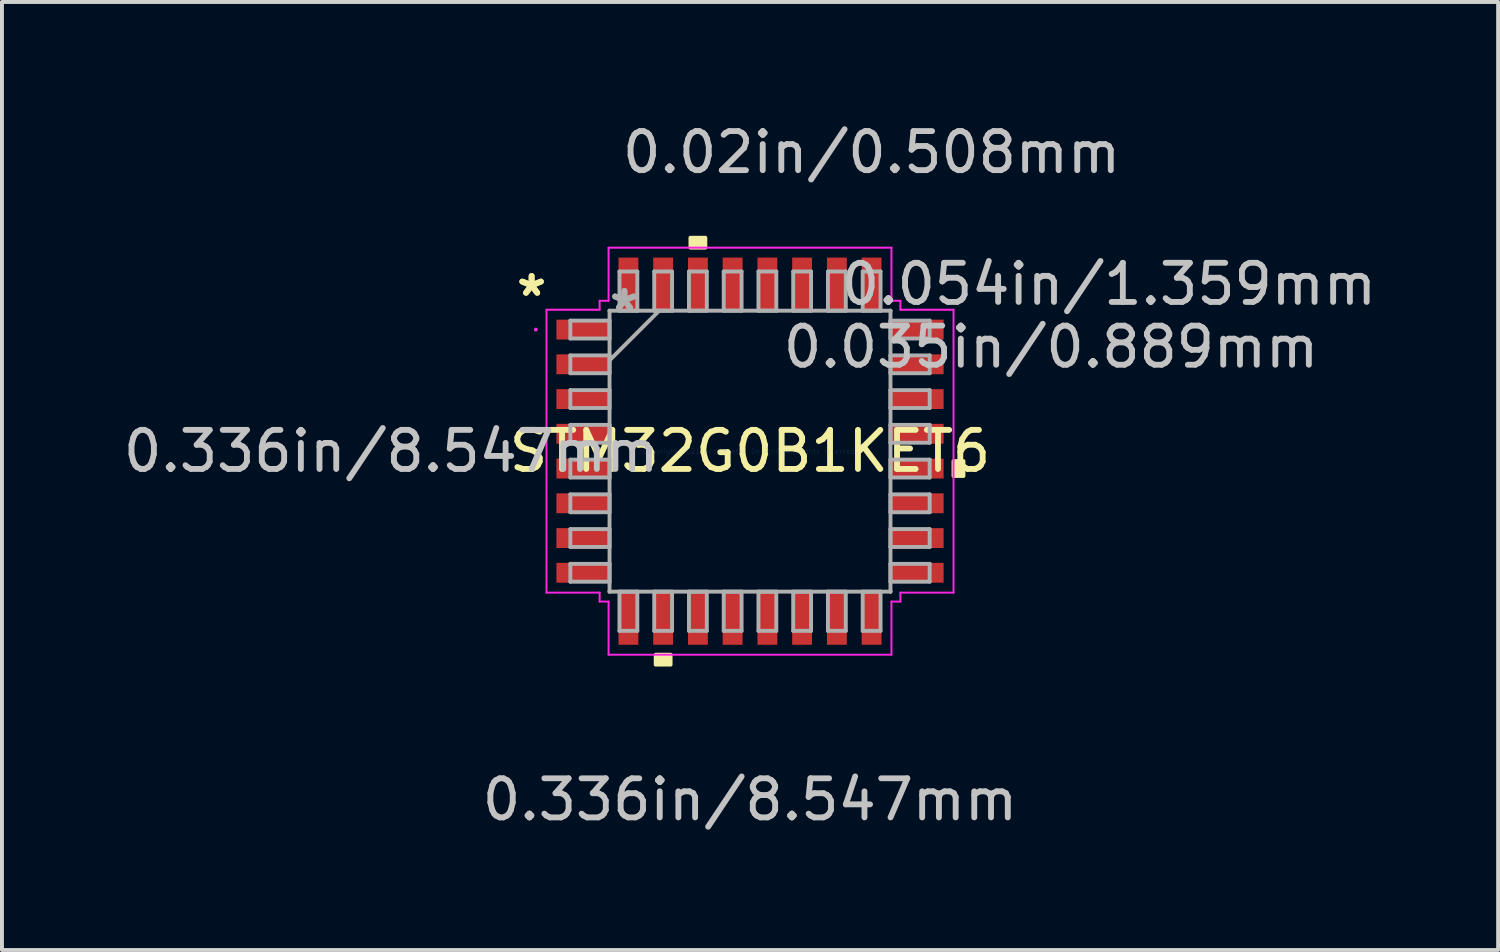
<source format=kicad_pcb>
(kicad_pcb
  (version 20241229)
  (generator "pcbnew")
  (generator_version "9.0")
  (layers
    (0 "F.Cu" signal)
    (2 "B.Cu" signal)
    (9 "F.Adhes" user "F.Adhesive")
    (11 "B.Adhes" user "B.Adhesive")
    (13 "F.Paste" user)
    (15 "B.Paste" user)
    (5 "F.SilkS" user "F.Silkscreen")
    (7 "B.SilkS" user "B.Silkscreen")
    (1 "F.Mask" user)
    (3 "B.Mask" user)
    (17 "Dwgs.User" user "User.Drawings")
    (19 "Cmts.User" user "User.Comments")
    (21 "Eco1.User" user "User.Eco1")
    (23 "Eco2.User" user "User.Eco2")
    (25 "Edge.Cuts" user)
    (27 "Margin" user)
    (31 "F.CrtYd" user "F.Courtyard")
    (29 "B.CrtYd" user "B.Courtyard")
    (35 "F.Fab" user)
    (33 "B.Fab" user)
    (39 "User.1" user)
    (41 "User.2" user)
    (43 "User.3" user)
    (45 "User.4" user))
  (footprint "STM32G0B1KET6"
    (layer "F.Cu")
    (at 16.14 8.494)
    (property "Reference" "STM32G0B1KET6" (at 0 0 0) (layer "F.SilkS") (effects (font (size 1 1) (thickness 0.15))))
    (attr through_hole)
    (fp_poly (pts (xy -2.413 5.207) (xy -2.413 5.461) (xy -2.032 5.461) (xy -2.032 5.207)) (stroke (width 0.1) (type solid)) (fill yes) (layer "F.SilkS"))
    (fp_poly (pts (xy -1.524 -5.207) (xy -1.524 -5.461) (xy -1.143 -5.461) (xy -1.143 -5.207)) (stroke (width 0.1) (type solid)) (fill yes) (layer "F.SilkS"))
    (fp_poly (pts (xy 5.461 0.254) (xy 5.461 0.635) (xy 5.207 0.635) (xy 5.207 0.254)) (stroke (width 0.1) (type solid)) (fill yes) (layer "F.SilkS"))
    (fp_line (start -5.207 -3.619) (end -3.848 -3.619) (stroke (width 0.05) (type solid)) (layer "F.CrtYd"))
    (fp_line (start -5.207 3.619) (end -5.207 -3.619) (stroke (width 0.05) (type solid)) (layer "F.CrtYd"))
    (fp_line (start -3.848 -3.848) (end -3.619 -3.848) (stroke (width 0.05) (type solid)) (layer "F.CrtYd"))
    (fp_line (start -3.848 -3.619) (end -3.848 -3.848) (stroke (width 0.05) (type solid)) (layer "F.CrtYd"))
    (fp_line (start -3.848 3.619) (end -5.207 3.619) (stroke (width 0.05) (type solid)) (layer "F.CrtYd"))
    (fp_line (start -3.848 3.848) (end -3.848 3.619) (stroke (width 0.05) (type solid)) (layer "F.CrtYd"))
    (fp_line (start -3.619 -5.207) (end 3.619 -5.207) (stroke (width 0.05) (type solid)) (layer "F.CrtYd"))
    (fp_line (start -3.619 -3.848) (end -3.619 -5.207) (stroke (width 0.05) (type solid)) (layer "F.CrtYd"))
    (fp_line (start -3.619 3.848) (end -3.848 3.848) (stroke (width 0.05) (type solid)) (layer "F.CrtYd"))
    (fp_line (start -3.619 5.207) (end -3.619 3.848) (stroke (width 0.05) (type solid)) (layer "F.CrtYd"))
    (fp_line (start 3.619 -5.207) (end 3.619 -3.848) (stroke (width 0.05) (type solid)) (layer "F.CrtYd"))
    (fp_line (start 3.619 -3.848) (end 3.848 -3.848) (stroke (width 0.05) (type solid)) (layer "F.CrtYd"))
    (fp_line (start 3.619 3.848) (end 3.619 5.207) (stroke (width 0.05) (type solid)) (layer "F.CrtYd"))
    (fp_line (start 3.619 5.207) (end -3.619 5.207) (stroke (width 0.05) (type solid)) (layer "F.CrtYd"))
    (fp_line (start 3.848 -3.848) (end 3.848 -3.619) (stroke (width 0.05) (type solid)) (layer "F.CrtYd"))
    (fp_line (start 3.848 -3.619) (end 5.207 -3.619) (stroke (width 0.05) (type solid)) (layer "F.CrtYd"))
    (fp_line (start 3.848 3.619) (end 3.848 3.848) (stroke (width 0.05) (type solid)) (layer "F.CrtYd"))
    (fp_line (start 3.848 3.848) (end 3.619 3.848) (stroke (width 0.05) (type solid)) (layer "F.CrtYd"))
    (fp_line (start 5.207 -3.619) (end 5.207 3.619) (stroke (width 0.05) (type solid)) (layer "F.CrtYd"))
    (fp_line (start 5.207 3.619) (end 3.848 3.619) (stroke (width 0.05) (type solid)) (layer "F.CrtYd"))
    (fp_circle (center -5.48 -3.111) (end -5.48 -3.111) (stroke (width 0.05) (type solid)) (fill no) (layer "F.CrtYd"))
    (fp_line (start -4.597 -3.34) (end -4.597 -2.883) (stroke (width 0.1) (type solid)) (layer "F.Fab"))
    (fp_line (start -4.597 -2.883) (end -3.594 -2.883) (stroke (width 0.1) (type solid)) (layer "F.Fab"))
    (fp_line (start -4.597 -2.451) (end -4.597 -1.994) (stroke (width 0.1) (type solid)) (layer "F.Fab"))
    (fp_line (start -4.597 -1.994) (end -3.594 -1.994) (stroke (width 0.1) (type solid)) (layer "F.Fab"))
    (fp_line (start -4.597 -1.562) (end -4.597 -1.105) (stroke (width 0.1) (type solid)) (layer "F.Fab"))
    (fp_line (start -4.597 -1.105) (end -3.594 -1.105) (stroke (width 0.1) (type solid)) (layer "F.Fab"))
    (fp_line (start -4.597 -0.673) (end -4.597 -0.216) (stroke (width 0.1) (type solid)) (layer "F.Fab"))
    (fp_line (start -4.597 -0.216) (end -3.594 -0.216) (stroke (width 0.1) (type solid)) (layer "F.Fab"))
    (fp_line (start -4.597 0.216) (end -4.597 0.673) (stroke (width 0.1) (type solid)) (layer "F.Fab"))
    (fp_line (start -4.597 0.673) (end -3.594 0.673) (stroke (width 0.1) (type solid)) (layer "F.Fab"))
    (fp_line (start -4.597 1.105) (end -4.597 1.562) (stroke (width 0.1) (type solid)) (layer "F.Fab"))
    (fp_line (start -4.597 1.562) (end -3.594 1.562) (stroke (width 0.1) (type solid)) (layer "F.Fab"))
    (fp_line (start -4.597 1.994) (end -4.597 2.451) (stroke (width 0.1) (type solid)) (layer "F.Fab"))
    (fp_line (start -4.597 2.451) (end -3.594 2.451) (stroke (width 0.1) (type solid)) (layer "F.Fab"))
    (fp_line (start -4.597 2.883) (end -4.597 3.34) (stroke (width 0.1) (type solid)) (layer "F.Fab"))
    (fp_line (start -4.597 3.34) (end -3.594 3.34) (stroke (width 0.1) (type solid)) (layer "F.Fab"))
    (fp_line (start -3.594 -3.594) (end -3.594 -3.594) (stroke (width 0.1) (type solid)) (layer "F.Fab"))
    (fp_line (start -3.594 -3.594) (end -3.594 3.594) (stroke (width 0.1) (type solid)) (layer "F.Fab"))
    (fp_line (start -3.594 -3.34) (end -4.597 -3.34) (stroke (width 0.1) (type solid)) (layer "F.Fab"))
    (fp_line (start -3.594 -2.883) (end -3.594 -3.34) (stroke (width 0.1) (type solid)) (layer "F.Fab"))
    (fp_line (start -3.594 -2.451) (end -4.597 -2.451) (stroke (width 0.1) (type solid)) (layer "F.Fab"))
    (fp_line (start -3.594 -2.324) (end -2.324 -3.594) (stroke (width 0.1) (type solid)) (layer "F.Fab"))
    (fp_line (start -3.594 -1.994) (end -3.594 -2.451) (stroke (width 0.1) (type solid)) (layer "F.Fab"))
    (fp_line (start -3.594 -1.562) (end -4.597 -1.562) (stroke (width 0.1) (type solid)) (layer "F.Fab"))
    (fp_line (start -3.594 -1.105) (end -3.594 -1.562) (stroke (width 0.1) (type solid)) (layer "F.Fab"))
    (fp_line (start -3.594 -0.673) (end -4.597 -0.673) (stroke (width 0.1) (type solid)) (layer "F.Fab"))
    (fp_line (start -3.594 -0.216) (end -3.594 -0.673) (stroke (width 0.1) (type solid)) (layer "F.Fab"))
    (fp_line (start -3.594 0.216) (end -4.597 0.216) (stroke (width 0.1) (type solid)) (layer "F.Fab"))
    (fp_line (start -3.594 0.673) (end -3.594 0.216) (stroke (width 0.1) (type solid)) (layer "F.Fab"))
    (fp_line (start -3.594 1.105) (end -4.597 1.105) (stroke (width 0.1) (type solid)) (layer "F.Fab"))
    (fp_line (start -3.594 1.562) (end -3.594 1.105) (stroke (width 0.1) (type solid)) (layer "F.Fab"))
    (fp_line (start -3.594 1.994) (end -4.597 1.994) (stroke (width 0.1) (type solid)) (layer "F.Fab"))
    (fp_line (start -3.594 2.451) (end -3.594 1.994) (stroke (width 0.1) (type solid)) (layer "F.Fab"))
    (fp_line (start -3.594 2.883) (end -4.597 2.883) (stroke (width 0.1) (type solid)) (layer "F.Fab"))
    (fp_line (start -3.594 3.34) (end -3.594 2.883) (stroke (width 0.1) (type solid)) (layer "F.Fab"))
    (fp_line (start -3.594 3.594) (end -3.594 3.594) (stroke (width 0.1) (type solid)) (layer "F.Fab"))
    (fp_line (start -3.594 3.594) (end 3.594 3.594) (stroke (width 0.1) (type solid)) (layer "F.Fab"))
    (fp_line (start -3.34 -4.597) (end -3.34 -3.594) (stroke (width 0.1) (type solid)) (layer "F.Fab"))
    (fp_line (start -3.34 -3.594) (end -2.883 -3.594) (stroke (width 0.1) (type solid)) (layer "F.Fab"))
    (fp_line (start -3.34 3.594) (end -3.34 4.597) (stroke (width 0.1) (type solid)) (layer "F.Fab"))
    (fp_line (start -3.34 4.597) (end -2.883 4.597) (stroke (width 0.1) (type solid)) (layer "F.Fab"))
    (fp_line (start -2.883 -4.597) (end -3.34 -4.597) (stroke (width 0.1) (type solid)) (layer "F.Fab"))
    (fp_line (start -2.883 -3.594) (end -2.883 -4.597) (stroke (width 0.1) (type solid)) (layer "F.Fab"))
    (fp_line (start -2.883 3.594) (end -3.34 3.594) (stroke (width 0.1) (type solid)) (layer "F.Fab"))
    (fp_line (start -2.883 4.597) (end -2.883 3.594) (stroke (width 0.1) (type solid)) (layer "F.Fab"))
    (fp_line (start -2.451 -4.597) (end -2.451 -3.594) (stroke (width 0.1) (type solid)) (layer "F.Fab"))
    (fp_line (start -2.451 -3.594) (end -1.994 -3.594) (stroke (width 0.1) (type solid)) (layer "F.Fab"))
    (fp_line (start -2.451 3.594) (end -2.451 4.597) (stroke (width 0.1) (type solid)) (layer "F.Fab"))
    (fp_line (start -2.451 4.597) (end -1.994 4.597) (stroke (width 0.1) (type solid)) (layer "F.Fab"))
    (fp_line (start -1.994 -4.597) (end -2.451 -4.597) (stroke (width 0.1) (type solid)) (layer "F.Fab"))
    (fp_line (start -1.994 -3.594) (end -1.994 -4.597) (stroke (width 0.1) (type solid)) (layer "F.Fab"))
    (fp_line (start -1.994 3.594) (end -2.451 3.594) (stroke (width 0.1) (type solid)) (layer "F.Fab"))
    (fp_line (start -1.994 4.597) (end -1.994 3.594) (stroke (width 0.1) (type solid)) (layer "F.Fab"))
    (fp_line (start -1.562 -4.597) (end -1.562 -3.594) (stroke (width 0.1) (type solid)) (layer "F.Fab"))
    (fp_line (start -1.562 -3.594) (end -1.105 -3.594) (stroke (width 0.1) (type solid)) (layer "F.Fab"))
    (fp_line (start -1.562 3.594) (end -1.562 4.597) (stroke (width 0.1) (type solid)) (layer "F.Fab"))
    (fp_line (start -1.562 4.597) (end -1.105 4.597) (stroke (width 0.1) (type solid)) (layer "F.Fab"))
    (fp_line (start -1.105 -4.597) (end -1.562 -4.597) (stroke (width 0.1) (type solid)) (layer "F.Fab"))
    (fp_line (start -1.105 -3.594) (end -1.105 -4.597) (stroke (width 0.1) (type solid)) (layer "F.Fab"))
    (fp_line (start -1.105 3.594) (end -1.562 3.594) (stroke (width 0.1) (type solid)) (layer "F.Fab"))
    (fp_line (start -1.105 4.597) (end -1.105 3.594) (stroke (width 0.1) (type solid)) (layer "F.Fab"))
    (fp_line (start -0.673 -4.597) (end -0.673 -3.594) (stroke (width 0.1) (type solid)) (layer "F.Fab"))
    (fp_line (start -0.673 -3.594) (end -0.216 -3.594) (stroke (width 0.1) (type solid)) (layer "F.Fab"))
    (fp_line (start -0.673 3.594) (end -0.673 4.597) (stroke (width 0.1) (type solid)) (layer "F.Fab"))
    (fp_line (start -0.673 4.597) (end -0.216 4.597) (stroke (width 0.1) (type solid)) (layer "F.Fab"))
    (fp_line (start -0.216 -4.597) (end -0.673 -4.597) (stroke (width 0.1) (type solid)) (layer "F.Fab"))
    (fp_line (start -0.216 -3.594) (end -0.216 -4.597) (stroke (width 0.1) (type solid)) (layer "F.Fab"))
    (fp_line (start -0.216 3.594) (end -0.673 3.594) (stroke (width 0.1) (type solid)) (layer "F.Fab"))
    (fp_line (start -0.216 4.597) (end -0.216 3.594) (stroke (width 0.1) (type solid)) (layer "F.Fab"))
    (fp_line (start 0.216 -4.597) (end 0.216 -3.594) (stroke (width 0.1) (type solid)) (layer "F.Fab"))
    (fp_line (start 0.216 -3.594) (end 0.673 -3.594) (stroke (width 0.1) (type solid)) (layer "F.Fab"))
    (fp_line (start 0.216 3.594) (end 0.216 4.597) (stroke (width 0.1) (type solid)) (layer "F.Fab"))
    (fp_line (start 0.216 4.597) (end 0.673 4.597) (stroke (width 0.1) (type solid)) (layer "F.Fab"))
    (fp_line (start 0.673 -4.597) (end 0.216 -4.597) (stroke (width 0.1) (type solid)) (layer "F.Fab"))
    (fp_line (start 0.673 -3.594) (end 0.673 -4.597) (stroke (width 0.1) (type solid)) (layer "F.Fab"))
    (fp_line (start 0.673 3.594) (end 0.216 3.594) (stroke (width 0.1) (type solid)) (layer "F.Fab"))
    (fp_line (start 0.673 4.597) (end 0.673 3.594) (stroke (width 0.1) (type solid)) (layer "F.Fab"))
    (fp_line (start 1.105 -4.597) (end 1.105 -3.594) (stroke (width 0.1) (type solid)) (layer "F.Fab"))
    (fp_line (start 1.105 -3.594) (end 1.562 -3.594) (stroke (width 0.1) (type solid)) (layer "F.Fab"))
    (fp_line (start 1.105 3.594) (end 1.105 4.597) (stroke (width 0.1) (type solid)) (layer "F.Fab"))
    (fp_line (start 1.105 4.597) (end 1.562 4.597) (stroke (width 0.1) (type solid)) (layer "F.Fab"))
    (fp_line (start 1.562 -4.597) (end 1.105 -4.597) (stroke (width 0.1) (type solid)) (layer "F.Fab"))
    (fp_line (start 1.562 -3.594) (end 1.562 -4.597) (stroke (width 0.1) (type solid)) (layer "F.Fab"))
    (fp_line (start 1.562 3.594) (end 1.105 3.594) (stroke (width 0.1) (type solid)) (layer "F.Fab"))
    (fp_line (start 1.562 4.597) (end 1.562 3.594) (stroke (width 0.1) (type solid)) (layer "F.Fab"))
    (fp_line (start 1.994 -4.597) (end 1.994 -3.594) (stroke (width 0.1) (type solid)) (layer "F.Fab"))
    (fp_line (start 1.994 -3.594) (end 2.451 -3.594) (stroke (width 0.1) (type solid)) (layer "F.Fab"))
    (fp_line (start 1.994 3.594) (end 1.994 4.597) (stroke (width 0.1) (type solid)) (layer "F.Fab"))
    (fp_line (start 1.994 4.597) (end 2.451 4.597) (stroke (width 0.1) (type solid)) (layer "F.Fab"))
    (fp_line (start 2.451 -4.597) (end 1.994 -4.597) (stroke (width 0.1) (type solid)) (layer "F.Fab"))
    (fp_line (start 2.451 -3.594) (end 2.451 -4.597) (stroke (width 0.1) (type solid)) (layer "F.Fab"))
    (fp_line (start 2.451 3.594) (end 1.994 3.594) (stroke (width 0.1) (type solid)) (layer "F.Fab"))
    (fp_line (start 2.451 4.597) (end 2.451 3.594) (stroke (width 0.1) (type solid)) (layer "F.Fab"))
    (fp_line (start 2.883 -4.597) (end 2.883 -3.594) (stroke (width 0.1) (type solid)) (layer "F.Fab"))
    (fp_line (start 2.883 -3.594) (end 3.34 -3.594) (stroke (width 0.1) (type solid)) (layer "F.Fab"))
    (fp_line (start 2.883 3.594) (end 2.883 4.597) (stroke (width 0.1) (type solid)) (layer "F.Fab"))
    (fp_line (start 2.883 4.597) (end 3.34 4.597) (stroke (width 0.1) (type solid)) (layer "F.Fab"))
    (fp_line (start 3.34 -4.597) (end 2.883 -4.597) (stroke (width 0.1) (type solid)) (layer "F.Fab"))
    (fp_line (start 3.34 -3.594) (end 3.34 -4.597) (stroke (width 0.1) (type solid)) (layer "F.Fab"))
    (fp_line (start 3.34 3.594) (end 2.883 3.594) (stroke (width 0.1) (type solid)) (layer "F.Fab"))
    (fp_line (start 3.34 4.597) (end 3.34 3.594) (stroke (width 0.1) (type solid)) (layer "F.Fab"))
    (fp_line (start 3.594 -3.594) (end -3.594 -3.594) (stroke (width 0.1) (type solid)) (layer "F.Fab"))
    (fp_line (start 3.594 -3.594) (end 3.594 -3.594) (stroke (width 0.1) (type solid)) (layer "F.Fab"))
    (fp_line (start 3.594 -3.34) (end 3.594 -2.883) (stroke (width 0.1) (type solid)) (layer "F.Fab"))
    (fp_line (start 3.594 -2.883) (end 4.597 -2.883) (stroke (width 0.1) (type solid)) (layer "F.Fab"))
    (fp_line (start 3.594 -2.451) (end 3.594 -1.994) (stroke (width 0.1) (type solid)) (layer "F.Fab"))
    (fp_line (start 3.594 -1.994) (end 4.597 -1.994) (stroke (width 0.1) (type solid)) (layer "F.Fab"))
    (fp_line (start 3.594 -1.562) (end 3.594 -1.105) (stroke (width 0.1) (type solid)) (layer "F.Fab"))
    (fp_line (start 3.594 -1.105) (end 4.597 -1.105) (stroke (width 0.1) (type solid)) (layer "F.Fab"))
    (fp_line (start 3.594 -0.673) (end 3.594 -0.216) (stroke (width 0.1) (type solid)) (layer "F.Fab"))
    (fp_line (start 3.594 -0.216) (end 4.597 -0.216) (stroke (width 0.1) (type solid)) (layer "F.Fab"))
    (fp_line (start 3.594 0.216) (end 3.594 0.673) (stroke (width 0.1) (type solid)) (layer "F.Fab"))
    (fp_line (start 3.594 0.673) (end 4.597 0.673) (stroke (width 0.1) (type solid)) (layer "F.Fab"))
    (fp_line (start 3.594 1.105) (end 3.594 1.562) (stroke (width 0.1) (type solid)) (layer "F.Fab"))
    (fp_line (start 3.594 1.562) (end 4.597 1.562) (stroke (width 0.1) (type solid)) (layer "F.Fab"))
    (fp_line (start 3.594 1.994) (end 3.594 2.451) (stroke (width 0.1) (type solid)) (layer "F.Fab"))
    (fp_line (start 3.594 2.451) (end 4.597 2.451) (stroke (width 0.1) (type solid)) (layer "F.Fab"))
    (fp_line (start 3.594 2.883) (end 3.594 3.34) (stroke (width 0.1) (type solid)) (layer "F.Fab"))
    (fp_line (start 3.594 3.34) (end 4.597 3.34) (stroke (width 0.1) (type solid)) (layer "F.Fab"))
    (fp_line (start 3.594 3.594) (end 3.594 -3.594) (stroke (width 0.1) (type solid)) (layer "F.Fab"))
    (fp_line (start 3.594 3.594) (end 3.594 3.594) (stroke (width 0.1) (type solid)) (layer "F.Fab"))
    (fp_line (start 4.597 -3.34) (end 3.594 -3.34) (stroke (width 0.1) (type solid)) (layer "F.Fab"))
    (fp_line (start 4.597 -2.883) (end 4.597 -3.34) (stroke (width 0.1) (type solid)) (layer "F.Fab"))
    (fp_line (start 4.597 -2.451) (end 3.594 -2.451) (stroke (width 0.1) (type solid)) (layer "F.Fab"))
    (fp_line (start 4.597 -1.994) (end 4.597 -2.451) (stroke (width 0.1) (type solid)) (layer "F.Fab"))
    (fp_line (start 4.597 -1.562) (end 3.594 -1.562) (stroke (width 0.1) (type solid)) (layer "F.Fab"))
    (fp_line (start 4.597 -1.105) (end 4.597 -1.562) (stroke (width 0.1) (type solid)) (layer "F.Fab"))
    (fp_line (start 4.597 -0.673) (end 3.594 -0.673) (stroke (width 0.1) (type solid)) (layer "F.Fab"))
    (fp_line (start 4.597 -0.216) (end 4.597 -0.673) (stroke (width 0.1) (type solid)) (layer "F.Fab"))
    (fp_line (start 4.597 0.216) (end 3.594 0.216) (stroke (width 0.1) (type solid)) (layer "F.Fab"))
    (fp_line (start 4.597 0.673) (end 4.597 0.216) (stroke (width 0.1) (type solid)) (layer "F.Fab"))
    (fp_line (start 4.597 1.105) (end 3.594 1.105) (stroke (width 0.1) (type solid)) (layer "F.Fab"))
    (fp_line (start 4.597 1.562) (end 4.597 1.105) (stroke (width 0.1) (type solid)) (layer "F.Fab"))
    (fp_line (start 4.597 1.994) (end 3.594 1.994) (stroke (width 0.1) (type solid)) (layer "F.Fab"))
    (fp_line (start 4.597 2.451) (end 4.597 1.994) (stroke (width 0.1) (type solid)) (layer "F.Fab"))
    (fp_line (start 4.597 2.883) (end 3.594 2.883) (stroke (width 0.1) (type solid)) (layer "F.Fab"))
    (fp_line (start 4.597 3.34) (end 4.597 2.883) (stroke (width 0.1) (type solid)) (layer "F.Fab"))
    (fp_text user "*" (at -5.588 -3.937 0) (layer "F.SilkS") (effects (font (size 1 1) (thickness 0.15))))
    (fp_text user "*" (at -5.588 -3.937 0) (layer "F.SilkS") (effects (font (size 1 1) (thickness 0.15))))
    (fp_text user "0.02in/0.508mm" (at 3.111 -7.645 0) (layer "Dwgs.User") (effects (font (size 1 1) (thickness 0.15))))
    (fp_text user "0.336in/8.547mm" (at 0 8.915 0) (layer "Dwgs.User") (effects (font (size 1 1) (thickness 0.15))))
    (fp_text user "0.035in/0.889mm" (at 7.703 -2.667 0) (layer "Dwgs.User") (effects (font (size 1 1) (thickness 0.15))))
    (fp_text user "0.336in/8.547mm" (at -9.182 0 0) (layer "Dwgs.User") (effects (font (size 1 1) (thickness 0.15))))
    (fp_text user "0.054in/1.359mm" (at 9.182 -4.274 0) (layer "Dwgs.User") (effects (font (size 1 1) (thickness 0.15))))
    (fp_text user "Copyright 2021 Accelerated Designs. All rights reserved." (at 0 0 0) (layer "Cmts.User") (effects (font (size 0.127 0.127) (thickness 0.002))))
    (fp_text user "*" (at -3.213 -3.556 0) (layer "F.Fab") (effects (font (size 1 1) (thickness 0.15))))
    (fp_text user "*" (at -3.213 -3.556 0) (layer "F.Fab") (effects (font (size 1 1) (thickness 0.15))))
    (pad "1" smd rect (at -4.274 -3.111 90) (size 0.508 1.359) (layers "F.Cu" "F.Mask" "F.Paste"))
    (pad "2" smd rect (at -4.274 -2.223 90) (size 0.508 1.359) (layers "F.Cu" "F.Mask" "F.Paste"))
    (pad "3" smd rect (at -4.274 -1.333 90) (size 0.508 1.359) (layers "F.Cu" "F.Mask" "F.Paste"))
    (pad "4" smd rect (at -4.274 -0.445 90) (size 0.508 1.359) (layers "F.Cu" "F.Mask" "F.Paste"))
    (pad "5" smd rect (at -4.274 0.445 90) (size 0.508 1.359) (layers "F.Cu" "F.Mask" "F.Paste"))
    (pad "6" smd rect (at -4.274 1.333 90) (size 0.508 1.359) (layers "F.Cu" "F.Mask" "F.Paste"))
    (pad "7" smd rect (at -4.274 2.223 90) (size 0.508 1.359) (layers "F.Cu" "F.Mask" "F.Paste"))
    (pad "8" smd rect (at -4.274 3.111 90) (size 0.508 1.359) (layers "F.Cu" "F.Mask" "F.Paste"))
    (pad "9" smd rect (at -3.111 4.274) (size 0.508 1.359) (layers "F.Cu" "F.Mask" "F.Paste"))
    (pad "10" smd rect (at -2.223 4.274) (size 0.508 1.359) (layers "F.Cu" "F.Mask" "F.Paste"))
    (pad "11" smd rect (at -1.333 4.274) (size 0.508 1.359) (layers "F.Cu" "F.Mask" "F.Paste"))
    (pad "12" smd rect (at -0.445 4.274) (size 0.508 1.359) (layers "F.Cu" "F.Mask" "F.Paste"))
    (pad "13" smd rect (at 0.445 4.274) (size 0.508 1.359) (layers "F.Cu" "F.Mask" "F.Paste"))
    (pad "14" smd rect (at 1.333 4.274) (size 0.508 1.359) (layers "F.Cu" "F.Mask" "F.Paste"))
    (pad "15" smd rect (at 2.223 4.274) (size 0.508 1.359) (layers "F.Cu" "F.Mask" "F.Paste"))
    (pad "16" smd rect (at 3.111 4.274) (size 0.508 1.359) (layers "F.Cu" "F.Mask" "F.Paste"))
    (pad "17" smd rect (at 4.274 3.111 90) (size 0.508 1.359) (layers "F.Cu" "F.Mask" "F.Paste"))
    (pad "18" smd rect (at 4.274 2.223 90) (size 0.508 1.359) (layers "F.Cu" "F.Mask" "F.Paste"))
    (pad "19" smd rect (at 4.274 1.333 90) (size 0.508 1.359) (layers "F.Cu" "F.Mask" "F.Paste"))
    (pad "20" smd rect (at 4.274 0.445 90) (size 0.508 1.359) (layers "F.Cu" "F.Mask" "F.Paste"))
    (pad "21" smd rect (at 4.274 -0.445 90) (size 0.508 1.359) (layers "F.Cu" "F.Mask" "F.Paste"))
    (pad "22" smd rect (at 4.274 -1.333 90) (size 0.508 1.359) (layers "F.Cu" "F.Mask" "F.Paste"))
    (pad "23" smd rect (at 4.274 -2.223 90) (size 0.508 1.359) (layers "F.Cu" "F.Mask" "F.Paste"))
    (pad "24" smd rect (at 4.274 -3.111 90) (size 0.508 1.359) (layers "F.Cu" "F.Mask" "F.Paste"))
    (pad "25" smd rect (at 3.111 -4.274) (size 0.508 1.359) (layers "F.Cu" "F.Mask" "F.Paste"))
    (pad "26" smd rect (at 2.223 -4.274) (size 0.508 1.359) (layers "F.Cu" "F.Mask" "F.Paste"))
    (pad "27" smd rect (at 1.333 -4.274) (size 0.508 1.359) (layers "F.Cu" "F.Mask" "F.Paste"))
    (pad "28" smd rect (at 0.445 -4.274) (size 0.508 1.359) (layers "F.Cu" "F.Mask" "F.Paste"))
    (pad "29" smd rect (at -0.445 -4.274) (size 0.508 1.359) (layers "F.Cu" "F.Mask" "F.Paste"))
    (pad "30" smd rect (at -1.333 -4.274) (size 0.508 1.359) (layers "F.Cu" "F.Mask" "F.Paste"))
    (pad "31" smd rect (at -2.223 -4.274) (size 0.508 1.359) (layers "F.Cu" "F.Mask" "F.Paste"))
    (pad "32" smd rect (at -3.111 -4.274) (size 0.508 1.359) (layers "F.Cu" "F.Mask" "F.Paste")))
  (gr_rect
    (start -3 -3)
    (end 35.281 21.257)
    (stroke (width 0.1) (type default))
    (fill no)
    (layer "Edge.Cuts")))
</source>
